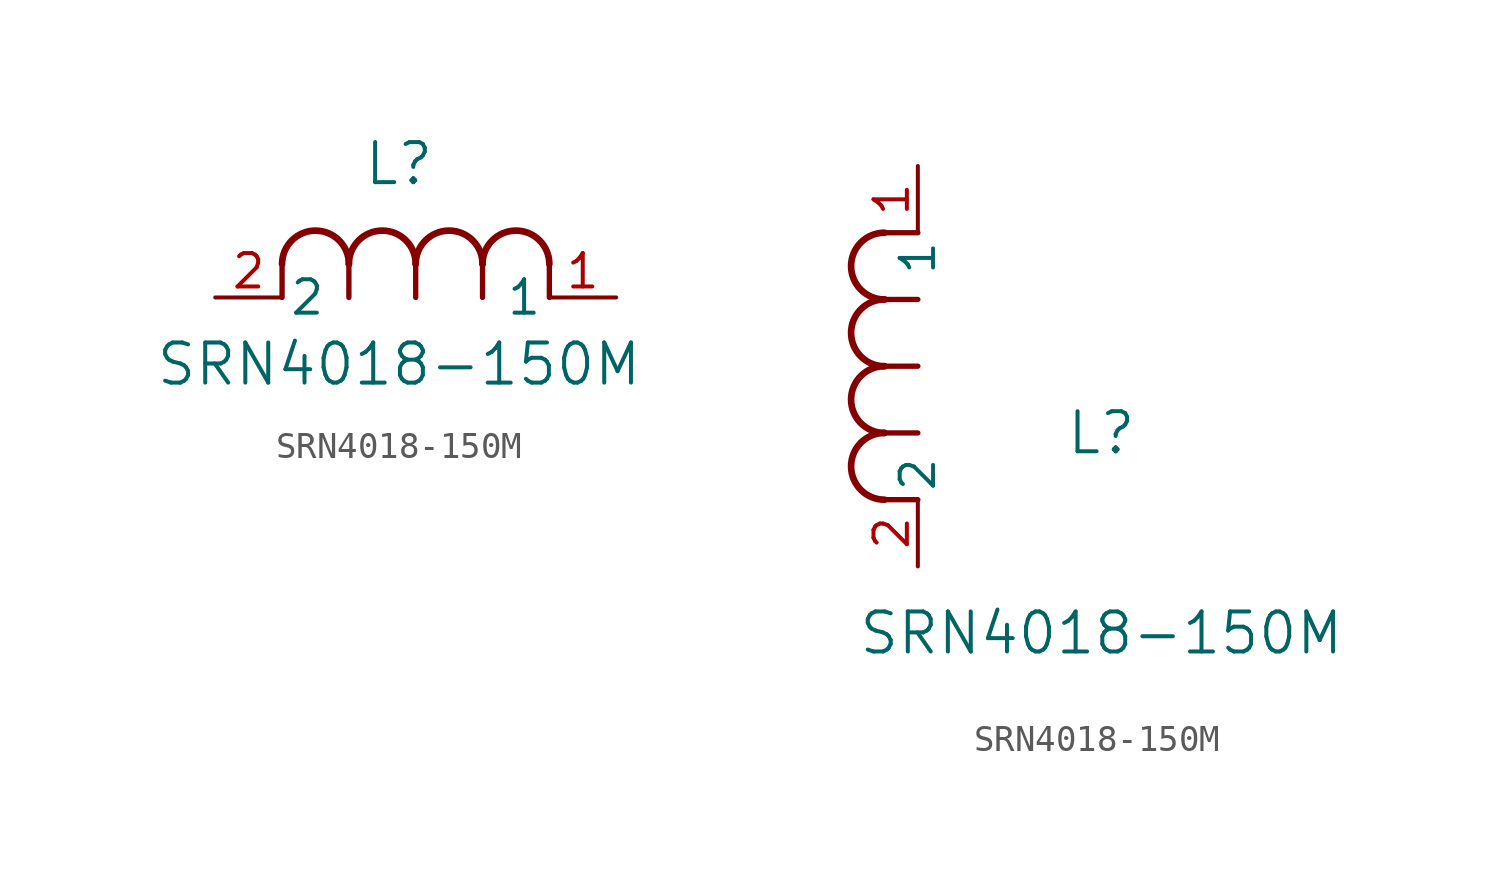
<source format=kicad_sym>
(kicad_symbol_lib
  (version 20211014)
  (generator kicad_symbol_editor)
  (symbol "SRN4018-150M"
    (pin_names
      (offset 0.254))
    (property "Reference" "L"
      (at 6.985 5.08 0)
      (effects (font (size 1.524 1.524))))
    (property "Value" "SRN4018-150M"
      (at 6.985 -2.54 0)
      (effects (font (size 1.524 1.524))))
    (symbol "SRN4018-150M_1_1"
      (arc (start 7.62 1.27) (mid 6.35 2.54) (end 5.08 1.27) (stroke (width 0.254) (type default) (color 0 0 0 0)) (fill (type none)))
      (polyline (pts (xy 5.08 0) (xy 5.08 1.27)) (stroke (width 0.203) (type default) (color 0 0 0 0)) (fill (type none)))
      (polyline (pts (xy 7.62 0) (xy 7.62 1.27)) (stroke (width 0.203) (type default) (color 0 0 0 0)) (fill (type none)))
      (polyline (pts (xy 12.7 0) (xy 12.7 1.27)) (stroke (width 0.203) (type default) (color 0 0 0 0)) (fill (type none)))
      (arc (start 5.08 1.27) (mid 3.81 2.54) (end 2.54 1.27) (stroke (width 0.254) (type default) (color 0 0 0 0)) (fill (type none)))
      (arc (start 10.16 1.27) (mid 8.89 2.54) (end 7.62 1.27) (stroke (width 0.254) (type default) (color 0 0 0 0)) (fill (type none)))
      (arc (start 12.7 1.27) (mid 11.43 2.54) (end 10.16 1.27) (stroke (width 0.254) (type default) (color 0 0 0 0)) (fill (type none)))
      (polyline (pts (xy 2.54 0) (xy 2.54 1.27)) (stroke (width 0.203) (type default) (color 0 0 0 0)) (fill (type none)))
      (polyline (pts (xy 10.16 0) (xy 10.16 1.27)) (stroke (width 0.203) (type default) (color 0 0 0 0)) (fill (type none)))
      (pin unspecified line (at 0 0 0) (length 2.54) (name "2" (effects (font (size 1.27 1.27)))) (number "2" (effects (font (size 1.27 1.27)))))
      (pin unspecified line (at 15.24 0 180) (length 2.54) (name "1" (effects (font (size 1.27 1.27)))) (number "1" (effects (font (size 1.27 1.27))))))
    (symbol "SRN4018-150M_1_2"
      (arc (start -1.27 7.62) (mid -2.54 6.35) (end -1.27 5.08) (stroke (width 0.254) (type default) (color 0 0 0 0)) (fill (type none)))
      (arc (start -1.27 5.08) (mid -2.54 3.81) (end -1.27 2.54) (stroke (width 0.254) (type default) (color 0 0 0 0)) (fill (type none)))
      (arc (start -1.27 12.7) (mid -2.54 11.43) (end -1.27 10.16) (stroke (width 0.254) (type default) (color 0 0 0 0)) (fill (type none)))
      (arc (start -1.27 10.16) (mid -2.54 8.89) (end -1.27 7.62) (stroke (width 0.254) (type default) (color 0 0 0 0)) (fill (type none)))
      (polyline (pts (xy 0 7.62) (xy -1.27 7.62)) (stroke (width 0.203) (type default) (color 0 0 0 0)) (fill (type none)))
      (polyline (pts (xy 0 5.08) (xy -1.27 5.08)) (stroke (width 0.203) (type default) (color 0 0 0 0)) (fill (type none)))
      (polyline (pts (xy 0 12.7) (xy -1.27 12.7)) (stroke (width 0.203) (type default) (color 0 0 0 0)) (fill (type none)))
      (polyline (pts (xy 0 2.54) (xy -1.27 2.54)) (stroke (width 0.203) (type default) (color 0 0 0 0)) (fill (type none)))
      (polyline (pts (xy 0 10.16) (xy -1.27 10.16)) (stroke (width 0.203) (type default) (color 0 0 0 0)) (fill (type none)))
      (pin unspecified line (at 0 0 90) (length 2.54) (name "2" (effects (font (size 1.27 1.27)))) (number "2" (effects (font (size 1.27 1.27)))))
      (pin unspecified line (at 0 15.24 270) (length 2.54) (name "1" (effects (font (size 1.27 1.27)))) (number "1" (effects (font (size 1.27 1.27))))))))
</source>
